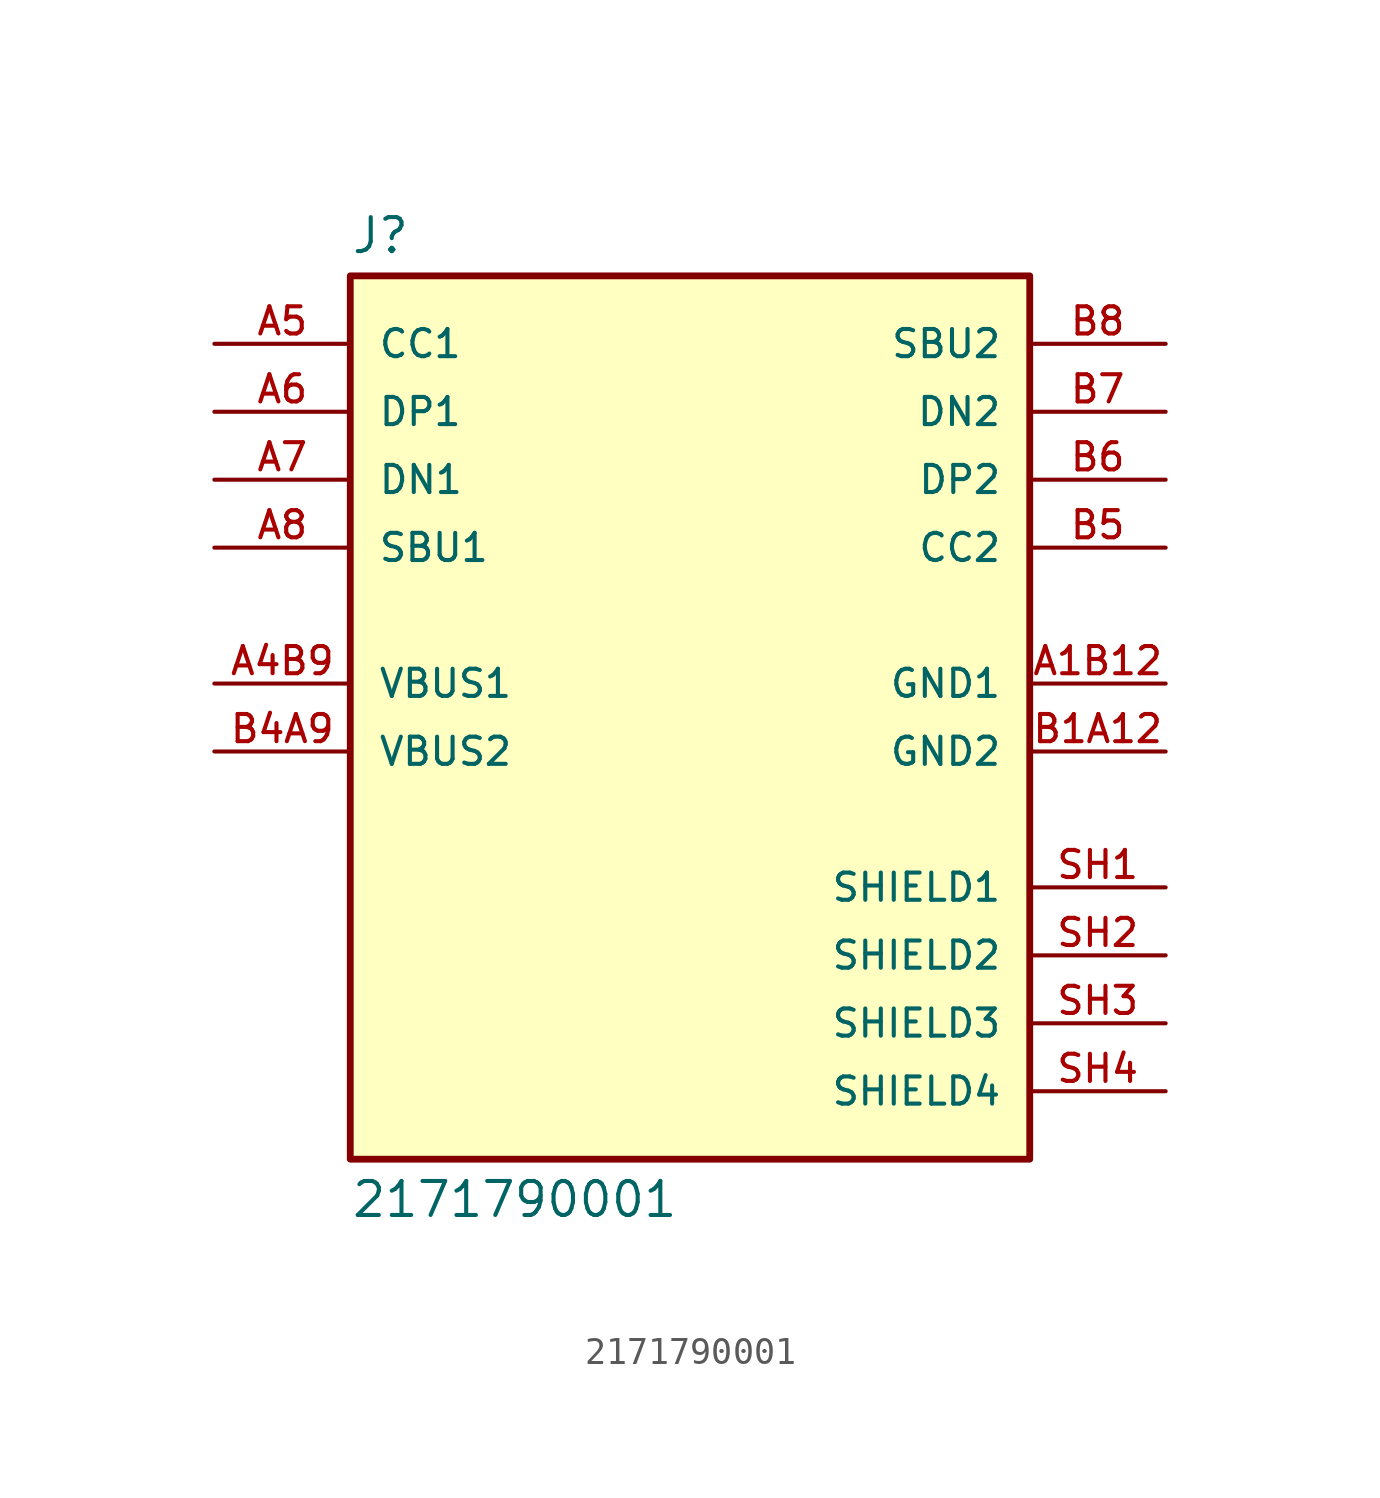
<source format=kicad_sym>
(kicad_symbol_lib
  (version 20211014)
  (generator kicad_symbol_editor)
  (symbol "2171790001"
    (pin_names
      (offset 1.016))
    (property "Reference" "J"
      (at -12.7 16.002 0)
      (effects (font (size 1.27 1.27)) (justify bottom left)))
    (property "Value" "2171790001"
      (at -12.7 -18.542 0.0)
      (effects (font (size 1.27 1.27)) (justify top left)))
    (symbol "2171790001_0_0"
      (rectangle (start -12.7 -17.78) (end 12.7 15.24) (stroke (width 0.254)) (fill (type background)))
      (pin power_in line (at 17.78 0.0 180.0) (length 5.08) (name "GND1" (effects (font (size 1.016 1.016)))) (number "A1B12" (effects (font (size 1.016 1.016)))))
      (pin power_in line (at -17.78 0.0 0) (length 5.08) (name "VBUS1" (effects (font (size 1.016 1.016)))) (number "A4B9" (effects (font (size 1.016 1.016)))))
      (pin bidirectional line (at -17.78 10.16 0) (length 5.08) (name "DP1" (effects (font (size 1.016 1.016)))) (number "A6" (effects (font (size 1.016 1.016)))))
      (pin bidirectional line (at -17.78 12.7 0) (length 5.08) (name "CC1" (effects (font (size 1.016 1.016)))) (number "A5" (effects (font (size 1.016 1.016)))))
      (pin bidirectional line (at -17.78 5.08 0) (length 5.08) (name "SBU1" (effects (font (size 1.016 1.016)))) (number "A8" (effects (font (size 1.016 1.016)))))
      (pin bidirectional line (at -17.78 7.62 0) (length 5.08) (name "DN1" (effects (font (size 1.016 1.016)))) (number "A7" (effects (font (size 1.016 1.016)))))
      (pin passive line (at 17.78 -15.24 180.0) (length 5.08) (name "SHIELD4" (effects (font (size 1.016 1.016)))) (number "SH4" (effects (font (size 1.016 1.016)))))
      (pin power_in line (at 17.78 -2.54 180.0) (length 5.08) (name "GND2" (effects (font (size 1.016 1.016)))) (number "B1A12" (effects (font (size 1.016 1.016)))))
      (pin power_in line (at -17.78 -2.54 0) (length 5.08) (name "VBUS2" (effects (font (size 1.016 1.016)))) (number "B4A9" (effects (font (size 1.016 1.016)))))
      (pin bidirectional line (at 17.78 7.62 180.0) (length 5.08) (name "DP2" (effects (font (size 1.016 1.016)))) (number "B6" (effects (font (size 1.016 1.016)))))
      (pin bidirectional line (at 17.78 5.08 180.0) (length 5.08) (name "CC2" (effects (font (size 1.016 1.016)))) (number "B5" (effects (font (size 1.016 1.016)))))
      (pin bidirectional line (at 17.78 12.7 180.0) (length 5.08) (name "SBU2" (effects (font (size 1.016 1.016)))) (number "B8" (effects (font (size 1.016 1.016)))))
      (pin bidirectional line (at 17.78 10.16 180.0) (length 5.08) (name "DN2" (effects (font (size 1.016 1.016)))) (number "B7" (effects (font (size 1.016 1.016)))))
      (pin passive line (at 17.78 -7.62 180.0) (length 5.08) (name "SHIELD1" (effects (font (size 1.016 1.016)))) (number "SH1" (effects (font (size 1.016 1.016)))))
      (pin passive line (at 17.78 -10.16 180.0) (length 5.08) (name "SHIELD2" (effects (font (size 1.016 1.016)))) (number "SH2" (effects (font (size 1.016 1.016)))))
      (pin passive line (at 17.78 -12.7 180.0) (length 5.08) (name "SHIELD3" (effects (font (size 1.016 1.016)))) (number "SH3" (effects (font (size 1.016 1.016))))))))
</source>
